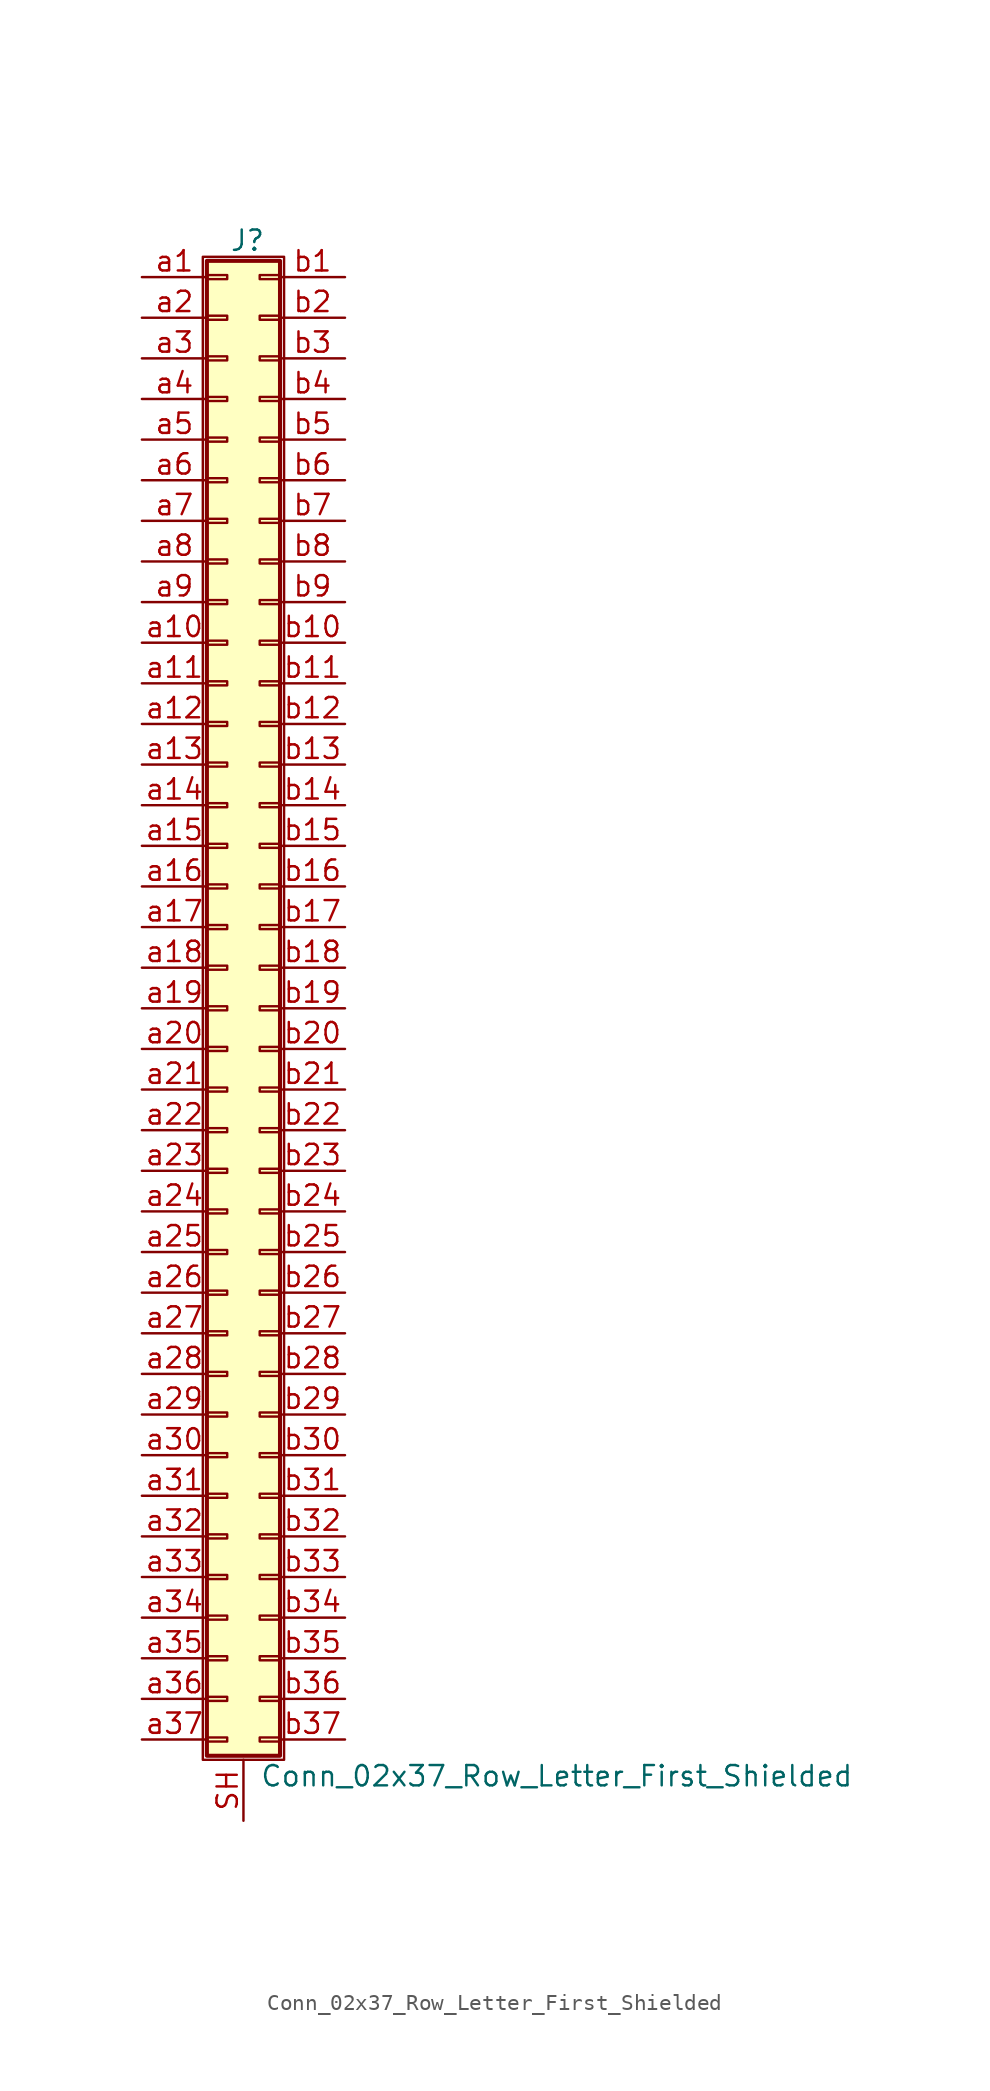
<source format=kicad_sym>
(kicad_symbol_lib
  (version 20211014)
  (generator kicad_symbol_editor)
  (symbol "Conn_02x37_Row_Letter_First_Shielded"
    (pin_names
      (offset 1.016) hide)
    (property "Reference" "J"
      (at 1.524 48.006 0)
      (effects (font (size 1.27 1.27))))
    (property "Value" "Conn_02x37_Row_Letter_First_Shielded"
      (at 2.286 -48.006 0)
      (effects (font (size 1.27 1.27)) (justify left)))
    (symbol "Conn_02x37_Row_Letter_First_Shielded_1_1"
      (rectangle (start -1.27 46.99) (end 3.81 -46.99) (stroke (width 0.152) (type default) (color 0 0 0 0)) (fill (type none)))
      (rectangle (start -1.016 -45.593) (end 0.254 -45.847) (stroke (width 0.152) (type default) (color 0 0 0 0)) (fill (type none)))
      (rectangle (start -1.016 -43.053) (end 0.254 -43.307) (stroke (width 0.152) (type default) (color 0 0 0 0)) (fill (type none)))
      (rectangle (start -1.016 -40.513) (end 0.254 -40.767) (stroke (width 0.152) (type default) (color 0 0 0 0)) (fill (type none)))
      (rectangle (start -1.016 -37.973) (end 0.254 -38.227) (stroke (width 0.152) (type default) (color 0 0 0 0)) (fill (type none)))
      (rectangle (start -1.016 -35.433) (end 0.254 -35.687) (stroke (width 0.152) (type default) (color 0 0 0 0)) (fill (type none)))
      (rectangle (start -1.016 -32.893) (end 0.254 -33.147) (stroke (width 0.152) (type default) (color 0 0 0 0)) (fill (type none)))
      (rectangle (start -1.016 -30.353) (end 0.254 -30.607) (stroke (width 0.152) (type default) (color 0 0 0 0)) (fill (type none)))
      (rectangle (start -1.016 -27.813) (end 0.254 -28.067) (stroke (width 0.152) (type default) (color 0 0 0 0)) (fill (type none)))
      (rectangle (start -1.016 -25.273) (end 0.254 -25.527) (stroke (width 0.152) (type default) (color 0 0 0 0)) (fill (type none)))
      (rectangle (start -1.016 -22.733) (end 0.254 -22.987) (stroke (width 0.152) (type default) (color 0 0 0 0)) (fill (type none)))
      (rectangle (start -1.016 -20.193) (end 0.254 -20.447) (stroke (width 0.152) (type default) (color 0 0 0 0)) (fill (type none)))
      (rectangle (start -1.016 -17.653) (end 0.254 -17.907) (stroke (width 0.152) (type default) (color 0 0 0 0)) (fill (type none)))
      (rectangle (start -1.016 -15.113) (end 0.254 -15.367) (stroke (width 0.152) (type default) (color 0 0 0 0)) (fill (type none)))
      (rectangle (start -1.016 -12.573) (end 0.254 -12.827) (stroke (width 0.152) (type default) (color 0 0 0 0)) (fill (type none)))
      (rectangle (start -1.016 -10.033) (end 0.254 -10.287) (stroke (width 0.152) (type default) (color 0 0 0 0)) (fill (type none)))
      (rectangle (start -1.016 -7.493) (end 0.254 -7.747) (stroke (width 0.152) (type default) (color 0 0 0 0)) (fill (type none)))
      (rectangle (start -1.016 -4.953) (end 0.254 -5.207) (stroke (width 0.152) (type default) (color 0 0 0 0)) (fill (type none)))
      (rectangle (start -1.016 -2.413) (end 0.254 -2.667) (stroke (width 0.152) (type default) (color 0 0 0 0)) (fill (type none)))
      (rectangle (start -1.016 0.127) (end 0.254 -0.127) (stroke (width 0.152) (type default) (color 0 0 0 0)) (fill (type none)))
      (rectangle (start -1.016 2.667) (end 0.254 2.413) (stroke (width 0.152) (type default) (color 0 0 0 0)) (fill (type none)))
      (rectangle (start -1.016 5.207) (end 0.254 4.953) (stroke (width 0.152) (type default) (color 0 0 0 0)) (fill (type none)))
      (rectangle (start -1.016 7.747) (end 0.254 7.493) (stroke (width 0.152) (type default) (color 0 0 0 0)) (fill (type none)))
      (rectangle (start -1.016 10.287) (end 0.254 10.033) (stroke (width 0.152) (type default) (color 0 0 0 0)) (fill (type none)))
      (rectangle (start -1.016 12.827) (end 0.254 12.573) (stroke (width 0.152) (type default) (color 0 0 0 0)) (fill (type none)))
      (rectangle (start -1.016 15.367) (end 0.254 15.113) (stroke (width 0.152) (type default) (color 0 0 0 0)) (fill (type none)))
      (rectangle (start -1.016 17.907) (end 0.254 17.653) (stroke (width 0.152) (type default) (color 0 0 0 0)) (fill (type none)))
      (rectangle (start -1.016 20.447) (end 0.254 20.193) (stroke (width 0.152) (type default) (color 0 0 0 0)) (fill (type none)))
      (rectangle (start -1.016 22.987) (end 0.254 22.733) (stroke (width 0.152) (type default) (color 0 0 0 0)) (fill (type none)))
      (rectangle (start -1.016 25.527) (end 0.254 25.273) (stroke (width 0.152) (type default) (color 0 0 0 0)) (fill (type none)))
      (rectangle (start -1.016 28.067) (end 0.254 27.813) (stroke (width 0.152) (type default) (color 0 0 0 0)) (fill (type none)))
      (rectangle (start -1.016 30.607) (end 0.254 30.353) (stroke (width 0.152) (type default) (color 0 0 0 0)) (fill (type none)))
      (rectangle (start -1.016 33.147) (end 0.254 32.893) (stroke (width 0.152) (type default) (color 0 0 0 0)) (fill (type none)))
      (rectangle (start -1.016 35.687) (end 0.254 35.433) (stroke (width 0.152) (type default) (color 0 0 0 0)) (fill (type none)))
      (rectangle (start -1.016 38.227) (end 0.254 37.973) (stroke (width 0.152) (type default) (color 0 0 0 0)) (fill (type none)))
      (rectangle (start -1.016 40.767) (end 0.254 40.513) (stroke (width 0.152) (type default) (color 0 0 0 0)) (fill (type none)))
      (rectangle (start -1.016 43.307) (end 0.254 43.053) (stroke (width 0.152) (type default) (color 0 0 0 0)) (fill (type none)))
      (rectangle (start -1.016 45.847) (end 0.254 45.593) (stroke (width 0.152) (type default) (color 0 0 0 0)) (fill (type none)))
      (rectangle (start -1.016 46.736) (end 3.556 -46.736) (stroke (width 0.254) (type default) (color 0 0 0 0)) (fill (type background)))
      (rectangle (start 3.556 -45.593) (end 2.286 -45.847) (stroke (width 0.152) (type default) (color 0 0 0 0)) (fill (type none)))
      (rectangle (start 3.556 -43.053) (end 2.286 -43.307) (stroke (width 0.152) (type default) (color 0 0 0 0)) (fill (type none)))
      (rectangle (start 3.556 -40.513) (end 2.286 -40.767) (stroke (width 0.152) (type default) (color 0 0 0 0)) (fill (type none)))
      (rectangle (start 3.556 -37.973) (end 2.286 -38.227) (stroke (width 0.152) (type default) (color 0 0 0 0)) (fill (type none)))
      (rectangle (start 3.556 -35.433) (end 2.286 -35.687) (stroke (width 0.152) (type default) (color 0 0 0 0)) (fill (type none)))
      (rectangle (start 3.556 -32.893) (end 2.286 -33.147) (stroke (width 0.152) (type default) (color 0 0 0 0)) (fill (type none)))
      (rectangle (start 3.556 -30.353) (end 2.286 -30.607) (stroke (width 0.152) (type default) (color 0 0 0 0)) (fill (type none)))
      (rectangle (start 3.556 -27.813) (end 2.286 -28.067) (stroke (width 0.152) (type default) (color 0 0 0 0)) (fill (type none)))
      (rectangle (start 3.556 -25.273) (end 2.286 -25.527) (stroke (width 0.152) (type default) (color 0 0 0 0)) (fill (type none)))
      (rectangle (start 3.556 -22.733) (end 2.286 -22.987) (stroke (width 0.152) (type default) (color 0 0 0 0)) (fill (type none)))
      (rectangle (start 3.556 -20.193) (end 2.286 -20.447) (stroke (width 0.152) (type default) (color 0 0 0 0)) (fill (type none)))
      (rectangle (start 3.556 -17.653) (end 2.286 -17.907) (stroke (width 0.152) (type default) (color 0 0 0 0)) (fill (type none)))
      (rectangle (start 3.556 -15.113) (end 2.286 -15.367) (stroke (width 0.152) (type default) (color 0 0 0 0)) (fill (type none)))
      (rectangle (start 3.556 -12.573) (end 2.286 -12.827) (stroke (width 0.152) (type default) (color 0 0 0 0)) (fill (type none)))
      (rectangle (start 3.556 -10.033) (end 2.286 -10.287) (stroke (width 0.152) (type default) (color 0 0 0 0)) (fill (type none)))
      (rectangle (start 3.556 -7.493) (end 2.286 -7.747) (stroke (width 0.152) (type default) (color 0 0 0 0)) (fill (type none)))
      (rectangle (start 3.556 -4.953) (end 2.286 -5.207) (stroke (width 0.152) (type default) (color 0 0 0 0)) (fill (type none)))
      (rectangle (start 3.556 -2.413) (end 2.286 -2.667) (stroke (width 0.152) (type default) (color 0 0 0 0)) (fill (type none)))
      (rectangle (start 3.556 0.127) (end 2.286 -0.127) (stroke (width 0.152) (type default) (color 0 0 0 0)) (fill (type none)))
      (rectangle (start 3.556 2.667) (end 2.286 2.413) (stroke (width 0.152) (type default) (color 0 0 0 0)) (fill (type none)))
      (rectangle (start 3.556 5.207) (end 2.286 4.953) (stroke (width 0.152) (type default) (color 0 0 0 0)) (fill (type none)))
      (rectangle (start 3.556 7.747) (end 2.286 7.493) (stroke (width 0.152) (type default) (color 0 0 0 0)) (fill (type none)))
      (rectangle (start 3.556 10.287) (end 2.286 10.033) (stroke (width 0.152) (type default) (color 0 0 0 0)) (fill (type none)))
      (rectangle (start 3.556 12.827) (end 2.286 12.573) (stroke (width 0.152) (type default) (color 0 0 0 0)) (fill (type none)))
      (rectangle (start 3.556 15.367) (end 2.286 15.113) (stroke (width 0.152) (type default) (color 0 0 0 0)) (fill (type none)))
      (rectangle (start 3.556 17.907) (end 2.286 17.653) (stroke (width 0.152) (type default) (color 0 0 0 0)) (fill (type none)))
      (rectangle (start 3.556 20.447) (end 2.286 20.193) (stroke (width 0.152) (type default) (color 0 0 0 0)) (fill (type none)))
      (rectangle (start 3.556 22.987) (end 2.286 22.733) (stroke (width 0.152) (type default) (color 0 0 0 0)) (fill (type none)))
      (rectangle (start 3.556 25.527) (end 2.286 25.273) (stroke (width 0.152) (type default) (color 0 0 0 0)) (fill (type none)))
      (rectangle (start 3.556 28.067) (end 2.286 27.813) (stroke (width 0.152) (type default) (color 0 0 0 0)) (fill (type none)))
      (rectangle (start 3.556 30.607) (end 2.286 30.353) (stroke (width 0.152) (type default) (color 0 0 0 0)) (fill (type none)))
      (rectangle (start 3.556 33.147) (end 2.286 32.893) (stroke (width 0.152) (type default) (color 0 0 0 0)) (fill (type none)))
      (rectangle (start 3.556 35.687) (end 2.286 35.433) (stroke (width 0.152) (type default) (color 0 0 0 0)) (fill (type none)))
      (rectangle (start 3.556 38.227) (end 2.286 37.973) (stroke (width 0.152) (type default) (color 0 0 0 0)) (fill (type none)))
      (rectangle (start 3.556 40.767) (end 2.286 40.513) (stroke (width 0.152) (type default) (color 0 0 0 0)) (fill (type none)))
      (rectangle (start 3.556 43.307) (end 2.286 43.053) (stroke (width 0.152) (type default) (color 0 0 0 0)) (fill (type none)))
      (rectangle (start 3.556 45.847) (end 2.286 45.593) (stroke (width 0.152) (type default) (color 0 0 0 0)) (fill (type none)))
      (pin passive line (at 1.27 -50.8 90) (length 3.81) (name "Shield" (effects (font (size 1.27 1.27)))) (number "SH" (effects (font (size 1.27 1.27)))))
      (pin passive line (at -5.08 45.72 0) (length 4.064) (name "Pin_a1" (effects (font (size 1.27 1.27)))) (number "a1" (effects (font (size 1.27 1.27)))))
      (pin passive line (at -5.08 22.86 0) (length 4.064) (name "Pin_a10" (effects (font (size 1.27 1.27)))) (number "a10" (effects (font (size 1.27 1.27)))))
      (pin passive line (at -5.08 20.32 0) (length 4.064) (name "Pin_a11" (effects (font (size 1.27 1.27)))) (number "a11" (effects (font (size 1.27 1.27)))))
      (pin passive line (at -5.08 17.78 0) (length 4.064) (name "Pin_a12" (effects (font (size 1.27 1.27)))) (number "a12" (effects (font (size 1.27 1.27)))))
      (pin passive line (at -5.08 15.24 0) (length 4.064) (name "Pin_a13" (effects (font (size 1.27 1.27)))) (number "a13" (effects (font (size 1.27 1.27)))))
      (pin passive line (at -5.08 12.7 0) (length 4.064) (name "Pin_a14" (effects (font (size 1.27 1.27)))) (number "a14" (effects (font (size 1.27 1.27)))))
      (pin passive line (at -5.08 10.16 0) (length 4.064) (name "Pin_a15" (effects (font (size 1.27 1.27)))) (number "a15" (effects (font (size 1.27 1.27)))))
      (pin passive line (at -5.08 7.62 0) (length 4.064) (name "Pin_a16" (effects (font (size 1.27 1.27)))) (number "a16" (effects (font (size 1.27 1.27)))))
      (pin passive line (at -5.08 5.08 0) (length 4.064) (name "Pin_a17" (effects (font (size 1.27 1.27)))) (number "a17" (effects (font (size 1.27 1.27)))))
      (pin passive line (at -5.08 2.54 0) (length 4.064) (name "Pin_a18" (effects (font (size 1.27 1.27)))) (number "a18" (effects (font (size 1.27 1.27)))))
      (pin passive line (at -5.08 0 0) (length 4.064) (name "Pin_a19" (effects (font (size 1.27 1.27)))) (number "a19" (effects (font (size 1.27 1.27)))))
      (pin passive line (at -5.08 43.18 0) (length 4.064) (name "Pin_a2" (effects (font (size 1.27 1.27)))) (number "a2" (effects (font (size 1.27 1.27)))))
      (pin passive line (at -5.08 -2.54 0) (length 4.064) (name "Pin_a20" (effects (font (size 1.27 1.27)))) (number "a20" (effects (font (size 1.27 1.27)))))
      (pin passive line (at -5.08 -5.08 0) (length 4.064) (name "Pin_a21" (effects (font (size 1.27 1.27)))) (number "a21" (effects (font (size 1.27 1.27)))))
      (pin passive line (at -5.08 -7.62 0) (length 4.064) (name "Pin_a22" (effects (font (size 1.27 1.27)))) (number "a22" (effects (font (size 1.27 1.27)))))
      (pin passive line (at -5.08 -10.16 0) (length 4.064) (name "Pin_a23" (effects (font (size 1.27 1.27)))) (number "a23" (effects (font (size 1.27 1.27)))))
      (pin passive line (at -5.08 -12.7 0) (length 4.064) (name "Pin_a24" (effects (font (size 1.27 1.27)))) (number "a24" (effects (font (size 1.27 1.27)))))
      (pin passive line (at -5.08 -15.24 0) (length 4.064) (name "Pin_a25" (effects (font (size 1.27 1.27)))) (number "a25" (effects (font (size 1.27 1.27)))))
      (pin passive line (at -5.08 -17.78 0) (length 4.064) (name "Pin_a26" (effects (font (size 1.27 1.27)))) (number "a26" (effects (font (size 1.27 1.27)))))
      (pin passive line (at -5.08 -20.32 0) (length 4.064) (name "Pin_a27" (effects (font (size 1.27 1.27)))) (number "a27" (effects (font (size 1.27 1.27)))))
      (pin passive line (at -5.08 -22.86 0) (length 4.064) (name "Pin_a28" (effects (font (size 1.27 1.27)))) (number "a28" (effects (font (size 1.27 1.27)))))
      (pin passive line (at -5.08 -25.4 0) (length 4.064) (name "Pin_a29" (effects (font (size 1.27 1.27)))) (number "a29" (effects (font (size 1.27 1.27)))))
      (pin passive line (at -5.08 40.64 0) (length 4.064) (name "Pin_a3" (effects (font (size 1.27 1.27)))) (number "a3" (effects (font (size 1.27 1.27)))))
      (pin passive line (at -5.08 -27.94 0) (length 4.064) (name "Pin_a30" (effects (font (size 1.27 1.27)))) (number "a30" (effects (font (size 1.27 1.27)))))
      (pin passive line (at -5.08 -30.48 0) (length 4.064) (name "Pin_a31" (effects (font (size 1.27 1.27)))) (number "a31" (effects (font (size 1.27 1.27)))))
      (pin passive line (at -5.08 -33.02 0) (length 4.064) (name "Pin_a32" (effects (font (size 1.27 1.27)))) (number "a32" (effects (font (size 1.27 1.27)))))
      (pin passive line (at -5.08 -35.56 0) (length 4.064) (name "Pin_a33" (effects (font (size 1.27 1.27)))) (number "a33" (effects (font (size 1.27 1.27)))))
      (pin passive line (at -5.08 -38.1 0) (length 4.064) (name "Pin_a34" (effects (font (size 1.27 1.27)))) (number "a34" (effects (font (size 1.27 1.27)))))
      (pin passive line (at -5.08 -40.64 0) (length 4.064) (name "Pin_a35" (effects (font (size 1.27 1.27)))) (number "a35" (effects (font (size 1.27 1.27)))))
      (pin passive line (at -5.08 -43.18 0) (length 4.064) (name "Pin_a36" (effects (font (size 1.27 1.27)))) (number "a36" (effects (font (size 1.27 1.27)))))
      (pin passive line (at -5.08 -45.72 0) (length 4.064) (name "Pin_a37" (effects (font (size 1.27 1.27)))) (number "a37" (effects (font (size 1.27 1.27)))))
      (pin passive line (at -5.08 38.1 0) (length 4.064) (name "Pin_a4" (effects (font (size 1.27 1.27)))) (number "a4" (effects (font (size 1.27 1.27)))))
      (pin passive line (at -5.08 35.56 0) (length 4.064) (name "Pin_a5" (effects (font (size 1.27 1.27)))) (number "a5" (effects (font (size 1.27 1.27)))))
      (pin passive line (at -5.08 33.02 0) (length 4.064) (name "Pin_a6" (effects (font (size 1.27 1.27)))) (number "a6" (effects (font (size 1.27 1.27)))))
      (pin passive line (at -5.08 30.48 0) (length 4.064) (name "Pin_a7" (effects (font (size 1.27 1.27)))) (number "a7" (effects (font (size 1.27 1.27)))))
      (pin passive line (at -5.08 27.94 0) (length 4.064) (name "Pin_a8" (effects (font (size 1.27 1.27)))) (number "a8" (effects (font (size 1.27 1.27)))))
      (pin passive line (at -5.08 25.4 0) (length 4.064) (name "Pin_a9" (effects (font (size 1.27 1.27)))) (number "a9" (effects (font (size 1.27 1.27)))))
      (pin passive line (at 7.62 45.72 180) (length 4.064) (name "Pin_b1" (effects (font (size 1.27 1.27)))) (number "b1" (effects (font (size 1.27 1.27)))))
      (pin passive line (at 7.62 22.86 180) (length 4.064) (name "Pin_b10" (effects (font (size 1.27 1.27)))) (number "b10" (effects (font (size 1.27 1.27)))))
      (pin passive line (at 7.62 20.32 180) (length 4.064) (name "Pin_b11" (effects (font (size 1.27 1.27)))) (number "b11" (effects (font (size 1.27 1.27)))))
      (pin passive line (at 7.62 17.78 180) (length 4.064) (name "Pin_b12" (effects (font (size 1.27 1.27)))) (number "b12" (effects (font (size 1.27 1.27)))))
      (pin passive line (at 7.62 15.24 180) (length 4.064) (name "Pin_b13" (effects (font (size 1.27 1.27)))) (number "b13" (effects (font (size 1.27 1.27)))))
      (pin passive line (at 7.62 12.7 180) (length 4.064) (name "Pin_b14" (effects (font (size 1.27 1.27)))) (number "b14" (effects (font (size 1.27 1.27)))))
      (pin passive line (at 7.62 10.16 180) (length 4.064) (name "Pin_b15" (effects (font (size 1.27 1.27)))) (number "b15" (effects (font (size 1.27 1.27)))))
      (pin passive line (at 7.62 7.62 180) (length 4.064) (name "Pin_b16" (effects (font (size 1.27 1.27)))) (number "b16" (effects (font (size 1.27 1.27)))))
      (pin passive line (at 7.62 5.08 180) (length 4.064) (name "Pin_b17" (effects (font (size 1.27 1.27)))) (number "b17" (effects (font (size 1.27 1.27)))))
      (pin passive line (at 7.62 2.54 180) (length 4.064) (name "Pin_b18" (effects (font (size 1.27 1.27)))) (number "b18" (effects (font (size 1.27 1.27)))))
      (pin passive line (at 7.62 0 180) (length 4.064) (name "Pin_b19" (effects (font (size 1.27 1.27)))) (number "b19" (effects (font (size 1.27 1.27)))))
      (pin passive line (at 7.62 43.18 180) (length 4.064) (name "Pin_b2" (effects (font (size 1.27 1.27)))) (number "b2" (effects (font (size 1.27 1.27)))))
      (pin passive line (at 7.62 -2.54 180) (length 4.064) (name "Pin_b20" (effects (font (size 1.27 1.27)))) (number "b20" (effects (font (size 1.27 1.27)))))
      (pin passive line (at 7.62 -5.08 180) (length 4.064) (name "Pin_b21" (effects (font (size 1.27 1.27)))) (number "b21" (effects (font (size 1.27 1.27)))))
      (pin passive line (at 7.62 -7.62 180) (length 4.064) (name "Pin_b22" (effects (font (size 1.27 1.27)))) (number "b22" (effects (font (size 1.27 1.27)))))
      (pin passive line (at 7.62 -10.16 180) (length 4.064) (name "Pin_b23" (effects (font (size 1.27 1.27)))) (number "b23" (effects (font (size 1.27 1.27)))))
      (pin passive line (at 7.62 -12.7 180) (length 4.064) (name "Pin_b24" (effects (font (size 1.27 1.27)))) (number "b24" (effects (font (size 1.27 1.27)))))
      (pin passive line (at 7.62 -15.24 180) (length 4.064) (name "Pin_b25" (effects (font (size 1.27 1.27)))) (number "b25" (effects (font (size 1.27 1.27)))))
      (pin passive line (at 7.62 -17.78 180) (length 4.064) (name "Pin_b26" (effects (font (size 1.27 1.27)))) (number "b26" (effects (font (size 1.27 1.27)))))
      (pin passive line (at 7.62 -20.32 180) (length 4.064) (name "Pin_b27" (effects (font (size 1.27 1.27)))) (number "b27" (effects (font (size 1.27 1.27)))))
      (pin passive line (at 7.62 -22.86 180) (length 4.064) (name "Pin_b28" (effects (font (size 1.27 1.27)))) (number "b28" (effects (font (size 1.27 1.27)))))
      (pin passive line (at 7.62 -25.4 180) (length 4.064) (name "Pin_b29" (effects (font (size 1.27 1.27)))) (number "b29" (effects (font (size 1.27 1.27)))))
      (pin passive line (at 7.62 40.64 180) (length 4.064) (name "Pin_b3" (effects (font (size 1.27 1.27)))) (number "b3" (effects (font (size 1.27 1.27)))))
      (pin passive line (at 7.62 -27.94 180) (length 4.064) (name "Pin_b30" (effects (font (size 1.27 1.27)))) (number "b30" (effects (font (size 1.27 1.27)))))
      (pin passive line (at 7.62 -30.48 180) (length 4.064) (name "Pin_b31" (effects (font (size 1.27 1.27)))) (number "b31" (effects (font (size 1.27 1.27)))))
      (pin passive line (at 7.62 -33.02 180) (length 4.064) (name "Pin_b32" (effects (font (size 1.27 1.27)))) (number "b32" (effects (font (size 1.27 1.27)))))
      (pin passive line (at 7.62 -35.56 180) (length 4.064) (name "Pin_b33" (effects (font (size 1.27 1.27)))) (number "b33" (effects (font (size 1.27 1.27)))))
      (pin passive line (at 7.62 -38.1 180) (length 4.064) (name "Pin_b34" (effects (font (size 1.27 1.27)))) (number "b34" (effects (font (size 1.27 1.27)))))
      (pin passive line (at 7.62 -40.64 180) (length 4.064) (name "Pin_b35" (effects (font (size 1.27 1.27)))) (number "b35" (effects (font (size 1.27 1.27)))))
      (pin passive line (at 7.62 -43.18 180) (length 4.064) (name "Pin_b36" (effects (font (size 1.27 1.27)))) (number "b36" (effects (font (size 1.27 1.27)))))
      (pin passive line (at 7.62 -45.72 180) (length 4.064) (name "Pin_b37" (effects (font (size 1.27 1.27)))) (number "b37" (effects (font (size 1.27 1.27)))))
      (pin passive line (at 7.62 38.1 180) (length 4.064) (name "Pin_b4" (effects (font (size 1.27 1.27)))) (number "b4" (effects (font (size 1.27 1.27)))))
      (pin passive line (at 7.62 35.56 180) (length 4.064) (name "Pin_b5" (effects (font (size 1.27 1.27)))) (number "b5" (effects (font (size 1.27 1.27)))))
      (pin passive line (at 7.62 33.02 180) (length 4.064) (name "Pin_b6" (effects (font (size 1.27 1.27)))) (number "b6" (effects (font (size 1.27 1.27)))))
      (pin passive line (at 7.62 30.48 180) (length 4.064) (name "Pin_b7" (effects (font (size 1.27 1.27)))) (number "b7" (effects (font (size 1.27 1.27)))))
      (pin passive line (at 7.62 27.94 180) (length 4.064) (name "Pin_b8" (effects (font (size 1.27 1.27)))) (number "b8" (effects (font (size 1.27 1.27)))))
      (pin passive line (at 7.62 25.4 180) (length 4.064) (name "Pin_b9" (effects (font (size 1.27 1.27)))) (number "b9" (effects (font (size 1.27 1.27))))))))
</source>
